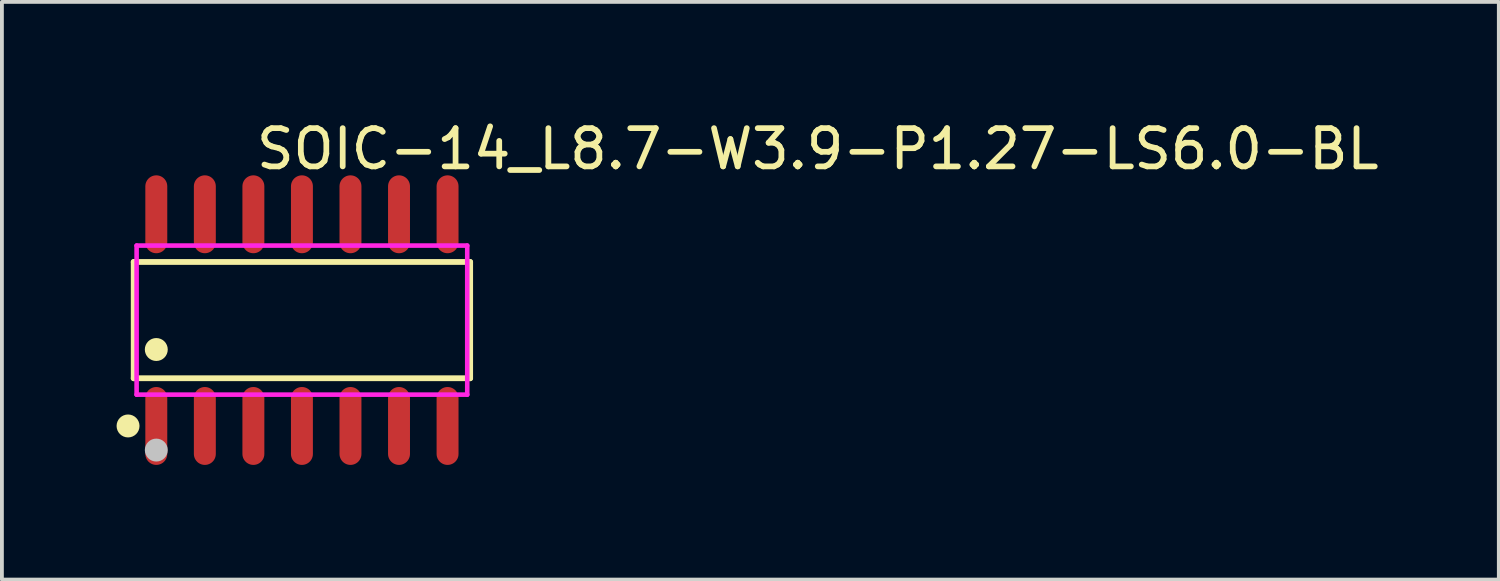
<source format=kicad_pcb>
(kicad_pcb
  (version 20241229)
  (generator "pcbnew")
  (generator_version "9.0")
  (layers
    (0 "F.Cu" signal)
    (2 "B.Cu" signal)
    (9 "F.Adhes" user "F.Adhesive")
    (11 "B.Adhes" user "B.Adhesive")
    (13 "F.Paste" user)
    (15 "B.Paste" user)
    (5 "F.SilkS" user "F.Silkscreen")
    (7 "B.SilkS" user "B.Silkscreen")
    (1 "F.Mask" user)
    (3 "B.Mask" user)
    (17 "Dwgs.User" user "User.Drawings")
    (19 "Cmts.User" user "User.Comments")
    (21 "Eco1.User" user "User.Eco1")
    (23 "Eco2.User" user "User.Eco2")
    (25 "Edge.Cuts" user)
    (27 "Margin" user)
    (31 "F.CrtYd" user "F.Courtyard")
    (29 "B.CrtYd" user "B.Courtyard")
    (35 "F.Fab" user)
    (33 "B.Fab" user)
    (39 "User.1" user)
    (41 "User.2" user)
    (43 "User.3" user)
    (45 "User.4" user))
  (footprint "SOIC-14_L8.7-W3.9-P1.27-LS6.0-BL"
    (layer "F.Cu")
    (at 4.849 5.325)
    (property "Reference" "SOIC-14_L8.7-W3.9-P1.27-LS6.0-BL" (at -1.27 -4.477 0) (layer "F.SilkS") (effects (font (size 1 1) (thickness 0.15)) (justify left)))
    (attr through_hole)
    (fp_line (start -4.401 -1.521) (end 4.401 -1.521) (stroke (width 0.152) (type solid)) (layer "F.SilkS"))
    (fp_line (start -4.401 1.521) (end -4.401 -1.521) (stroke (width 0.152) (type solid)) (layer "F.SilkS"))
    (fp_line (start 4.401 -1.521) (end 4.401 1.521) (stroke (width 0.152) (type solid)) (layer "F.SilkS"))
    (fp_line (start 4.401 1.521) (end -4.401 1.521) (stroke (width 0.152) (type solid)) (layer "F.SilkS"))
    (fp_circle (center -4.549 2.769) (end -4.399 2.769) (stroke (width 0.3) (type solid)) (fill no) (layer "F.SilkS"))
    (fp_circle (center -3.81 0.769) (end -3.66 0.769) (stroke (width 0.3) (type solid)) (fill no) (layer "F.SilkS"))
    (fp_circle (center -3.81 3.4) (end -3.66 3.4) (stroke (width 0.3) (type solid)) (fill no) (layer "Dwgs.User"))
    (fp_line (start -4.015 -2.175) (end -4.015 -1.94) (stroke (width 0.12) (type solid)) (layer "Eco2.User"))
    (fp_line (start -4.015 -1.94) (end -3.605 -1.94) (stroke (width 0.12) (type solid)) (layer "Eco2.User"))
    (fp_line (start -4.015 1.94) (end -3.605 1.94) (stroke (width 0.12) (type solid)) (layer "Eco2.User"))
    (fp_line (start -4.015 2.175) (end -4.015 1.94) (stroke (width 0.12) (type solid)) (layer "Eco2.User"))
    (fp_line (start -3.605 -2.175) (end -4.015 -2.175) (stroke (width 0.12) (type solid)) (layer "Eco2.User"))
    (fp_line (start -3.605 -1.94) (end -3.605 -2.175) (stroke (width 0.12) (type solid)) (layer "Eco2.User"))
    (fp_line (start -3.605 1.94) (end -3.605 2.175) (stroke (width 0.12) (type solid)) (layer "Eco2.User"))
    (fp_line (start -3.605 2.175) (end -4.015 2.175) (stroke (width 0.12) (type solid)) (layer "Eco2.User"))
    (fp_line (start -2.745 -2.175) (end -2.745 -1.94) (stroke (width 0.12) (type solid)) (layer "Eco2.User"))
    (fp_line (start -2.745 -1.94) (end -2.335 -1.94) (stroke (width 0.12) (type solid)) (layer "Eco2.User"))
    (fp_line (start -2.745 1.94) (end -2.335 1.94) (stroke (width 0.12) (type solid)) (layer "Eco2.User"))
    (fp_line (start -2.745 2.175) (end -2.745 1.94) (stroke (width 0.12) (type solid)) (layer "Eco2.User"))
    (fp_line (start -2.335 -2.175) (end -2.745 -2.175) (stroke (width 0.12) (type solid)) (layer "Eco2.User"))
    (fp_line (start -2.335 -1.94) (end -2.335 -2.175) (stroke (width 0.12) (type solid)) (layer "Eco2.User"))
    (fp_line (start -2.335 1.94) (end -2.335 2.175) (stroke (width 0.12) (type solid)) (layer "Eco2.User"))
    (fp_line (start -2.335 2.175) (end -2.745 2.175) (stroke (width 0.12) (type solid)) (layer "Eco2.User"))
    (fp_line (start -1.475 -2.175) (end -1.475 -1.94) (stroke (width 0.12) (type solid)) (layer "Eco2.User"))
    (fp_line (start -1.475 -1.94) (end -1.065 -1.94) (stroke (width 0.12) (type solid)) (layer "Eco2.User"))
    (fp_line (start -1.475 1.94) (end -1.065 1.94) (stroke (width 0.12) (type solid)) (layer "Eco2.User"))
    (fp_line (start -1.475 2.175) (end -1.475 1.94) (stroke (width 0.12) (type solid)) (layer "Eco2.User"))
    (fp_line (start -1.065 -2.175) (end -1.475 -2.175) (stroke (width 0.12) (type solid)) (layer "Eco2.User"))
    (fp_line (start -1.065 -1.94) (end -1.065 -2.175) (stroke (width 0.12) (type solid)) (layer "Eco2.User"))
    (fp_line (start -1.065 1.94) (end -1.065 2.175) (stroke (width 0.12) (type solid)) (layer "Eco2.User"))
    (fp_line (start -1.065 2.175) (end -1.475 2.175) (stroke (width 0.12) (type solid)) (layer "Eco2.User"))
    (fp_line (start -0.205 -2.175) (end -0.205 -1.94) (stroke (width 0.12) (type solid)) (layer "Eco2.User"))
    (fp_line (start -0.205 -1.94) (end 0.205 -1.94) (stroke (width 0.12) (type solid)) (layer "Eco2.User"))
    (fp_line (start -0.205 1.94) (end 0.205 1.94) (stroke (width 0.12) (type solid)) (layer "Eco2.User"))
    (fp_line (start -0.205 2.175) (end -0.205 1.94) (stroke (width 0.12) (type solid)) (layer "Eco2.User"))
    (fp_line (start 0.205 -2.175) (end -0.205 -2.175) (stroke (width 0.12) (type solid)) (layer "Eco2.User"))
    (fp_line (start 0.205 -1.94) (end 0.205 -2.175) (stroke (width 0.12) (type solid)) (layer "Eco2.User"))
    (fp_line (start 0.205 1.94) (end 0.205 2.175) (stroke (width 0.12) (type solid)) (layer "Eco2.User"))
    (fp_line (start 0.205 2.175) (end -0.205 2.175) (stroke (width 0.12) (type solid)) (layer "Eco2.User"))
    (fp_line (start 1.065 -2.175) (end 1.065 -1.94) (stroke (width 0.12) (type solid)) (layer "Eco2.User"))
    (fp_line (start 1.065 -1.94) (end 1.475 -1.94) (stroke (width 0.12) (type solid)) (layer "Eco2.User"))
    (fp_line (start 1.065 1.94) (end 1.475 1.94) (stroke (width 0.12) (type solid)) (layer "Eco2.User"))
    (fp_line (start 1.065 2.175) (end 1.065 1.94) (stroke (width 0.12) (type solid)) (layer "Eco2.User"))
    (fp_line (start 1.475 -2.175) (end 1.065 -2.175) (stroke (width 0.12) (type solid)) (layer "Eco2.User"))
    (fp_line (start 1.475 -1.94) (end 1.475 -2.175) (stroke (width 0.12) (type solid)) (layer "Eco2.User"))
    (fp_line (start 1.475 1.94) (end 1.475 2.175) (stroke (width 0.12) (type solid)) (layer "Eco2.User"))
    (fp_line (start 1.475 2.175) (end 1.065 2.175) (stroke (width 0.12) (type solid)) (layer "Eco2.User"))
    (fp_line (start 2.335 -2.175) (end 2.335 -1.94) (stroke (width 0.12) (type solid)) (layer "Eco2.User"))
    (fp_line (start 2.335 -1.94) (end 2.745 -1.94) (stroke (width 0.12) (type solid)) (layer "Eco2.User"))
    (fp_line (start 2.335 1.94) (end 2.745 1.94) (stroke (width 0.12) (type solid)) (layer "Eco2.User"))
    (fp_line (start 2.335 2.175) (end 2.335 1.94) (stroke (width 0.12) (type solid)) (layer "Eco2.User"))
    (fp_line (start 2.745 -2.175) (end 2.335 -2.175) (stroke (width 0.12) (type solid)) (layer "Eco2.User"))
    (fp_line (start 2.745 -1.94) (end 2.745 -2.175) (stroke (width 0.12) (type solid)) (layer "Eco2.User"))
    (fp_line (start 2.745 1.94) (end 2.745 2.175) (stroke (width 0.12) (type solid)) (layer "Eco2.User"))
    (fp_line (start 2.745 2.175) (end 2.335 2.175) (stroke (width 0.12) (type solid)) (layer "Eco2.User"))
    (fp_line (start 3.605 -2.175) (end 3.605 -1.94) (stroke (width 0.12) (type solid)) (layer "Eco2.User"))
    (fp_line (start 3.605 -1.94) (end 4.015 -1.94) (stroke (width 0.12) (type solid)) (layer "Eco2.User"))
    (fp_line (start 3.605 1.94) (end 4.015 1.94) (stroke (width 0.12) (type solid)) (layer "Eco2.User"))
    (fp_line (start 3.605 2.175) (end 3.605 1.94) (stroke (width 0.12) (type solid)) (layer "Eco2.User"))
    (fp_line (start 4.015 -2.175) (end 3.605 -2.175) (stroke (width 0.12) (type solid)) (layer "Eco2.User"))
    (fp_line (start 4.015 -1.94) (end 4.015 -2.175) (stroke (width 0.12) (type solid)) (layer "Eco2.User"))
    (fp_line (start 4.015 1.94) (end 4.015 2.175) (stroke (width 0.12) (type solid)) (layer "Eco2.User"))
    (fp_line (start 4.015 2.175) (end 3.605 2.175) (stroke (width 0.12) (type solid)) (layer "Eco2.User"))
    (fp_circle (center -4.325 3) (end -4.295 3) (stroke (width 0.06) (type solid)) (fill no) (layer "Eco2.User"))
    (fp_poly (pts (xy -4.015 -3) (xy -4.015 -2.165) (xy -3.605 -2.165) (xy -3.605 -3)) (stroke (width 0.12) (type solid)) (fill no) (layer "Eco2.User"))
    (fp_poly (pts (xy -4.015 3) (xy -4.015 2.165) (xy -3.605 2.165) (xy -3.605 3)) (stroke (width 0.12) (type solid)) (fill no) (layer "Eco2.User"))
    (fp_poly (pts (xy -2.745 -3) (xy -2.745 -2.165) (xy -2.335 -2.165) (xy -2.335 -3)) (stroke (width 0.12) (type solid)) (fill no) (layer "Eco2.User"))
    (fp_poly (pts (xy -2.745 3) (xy -2.745 2.165) (xy -2.335 2.165) (xy -2.335 3)) (stroke (width 0.12) (type solid)) (fill no) (layer "Eco2.User"))
    (fp_poly (pts (xy -1.475 -3) (xy -1.475 -2.165) (xy -1.065 -2.165) (xy -1.065 -3)) (stroke (width 0.12) (type solid)) (fill no) (layer "Eco2.User"))
    (fp_poly (pts (xy -1.475 3) (xy -1.475 2.165) (xy -1.065 2.165) (xy -1.065 3)) (stroke (width 0.12) (type solid)) (fill no) (layer "Eco2.User"))
    (fp_poly (pts (xy -0.205 -3) (xy -0.205 -2.165) (xy 0.205 -2.165) (xy 0.205 -3)) (stroke (width 0.12) (type solid)) (fill no) (layer "Eco2.User"))
    (fp_poly (pts (xy -0.205 3) (xy -0.205 2.165) (xy 0.205 2.165) (xy 0.205 3)) (stroke (width 0.12) (type solid)) (fill no) (layer "Eco2.User"))
    (fp_poly (pts (xy 1.065 -3) (xy 1.065 -2.165) (xy 1.475 -2.165) (xy 1.475 -3)) (stroke (width 0.12) (type solid)) (fill no) (layer "Eco2.User"))
    (fp_poly (pts (xy 1.065 3) (xy 1.065 2.165) (xy 1.475 2.165) (xy 1.475 3)) (stroke (width 0.12) (type solid)) (fill no) (layer "Eco2.User"))
    (fp_poly (pts (xy 2.335 -3) (xy 2.335 -2.165) (xy 2.745 -2.165) (xy 2.745 -3)) (stroke (width 0.12) (type solid)) (fill no) (layer "Eco2.User"))
    (fp_poly (pts (xy 2.335 3) (xy 2.335 2.165) (xy 2.745 2.165) (xy 2.745 3)) (stroke (width 0.12) (type solid)) (fill no) (layer "Eco2.User"))
    (fp_poly (pts (xy 3.605 -3) (xy 3.605 -2.165) (xy 4.015 -2.165) (xy 4.015 -3)) (stroke (width 0.12) (type solid)) (fill no) (layer "Eco2.User"))
    (fp_poly (pts (xy 3.605 3) (xy 3.605 2.165) (xy 4.015 2.165) (xy 4.015 3)) (stroke (width 0.12) (type solid)) (fill no) (layer "Eco2.User"))
    (fp_line (start -4.325 -1.95) (end 4.325 -1.95) (stroke (width 0.12) (type solid)) (layer "F.CrtYd"))
    (fp_line (start -4.325 1.95) (end -4.325 -1.95) (stroke (width 0.12) (type solid)) (layer "F.CrtYd"))
    (fp_line (start 4.325 -1.95) (end 4.325 1.95) (stroke (width 0.12) (type solid)) (layer "F.CrtYd"))
    (fp_line (start 4.325 1.95) (end -4.325 1.95) (stroke (width 0.12) (type solid)) (layer "F.CrtYd"))
    (pad "1" smd oval (at -3.81 2.769) (size 0.574 2.038) (layers "F.Cu" "F.Mask" "F.Paste"))
    (pad "2" smd oval (at -2.54 2.769) (size 0.574 2.038) (layers "F.Cu" "F.Mask" "F.Paste"))
    (pad "3" smd oval (at -1.27 2.769) (size 0.574 2.038) (layers "F.Cu" "F.Mask" "F.Paste"))
    (pad "4" smd oval (at 0 2.769) (size 0.574 2.038) (layers "F.Cu" "F.Mask" "F.Paste"))
    (pad "5" smd oval (at 1.27 2.769) (size 0.574 2.038) (layers "F.Cu" "F.Mask" "F.Paste"))
    (pad "6" smd oval (at 2.54 2.769) (size 0.574 2.038) (layers "F.Cu" "F.Mask" "F.Paste"))
    (pad "7" smd oval (at 3.81 2.769) (size 0.574 2.038) (layers "F.Cu" "F.Mask" "F.Paste"))
    (pad "8" smd oval (at 3.81 -2.769) (size 0.574 2.038) (layers "F.Cu" "F.Mask" "F.Paste"))
    (pad "9" smd oval (at 2.54 -2.769) (size 0.574 2.038) (layers "F.Cu" "F.Mask" "F.Paste"))
    (pad "10" smd oval (at 1.27 -2.769) (size 0.574 2.038) (layers "F.Cu" "F.Mask" "F.Paste"))
    (pad "11" smd oval (at 0 -2.769) (size 0.574 2.038) (layers "F.Cu" "F.Mask" "F.Paste"))
    (pad "12" smd oval (at -1.27 -2.769) (size 0.574 2.038) (layers "F.Cu" "F.Mask" "F.Paste"))
    (pad "13" smd oval (at -2.54 -2.769) (size 0.574 2.038) (layers "F.Cu" "F.Mask" "F.Paste"))
    (pad "14" smd oval (at -3.81 -2.769) (size 0.574 2.038) (layers "F.Cu" "F.Mask" "F.Paste")))
  (gr_rect
    (start -3 -3)
    (end 36.162 12.113)
    (stroke (width 0.1) (type default))
    (fill no)
    (layer "Edge.Cuts")))
</source>
